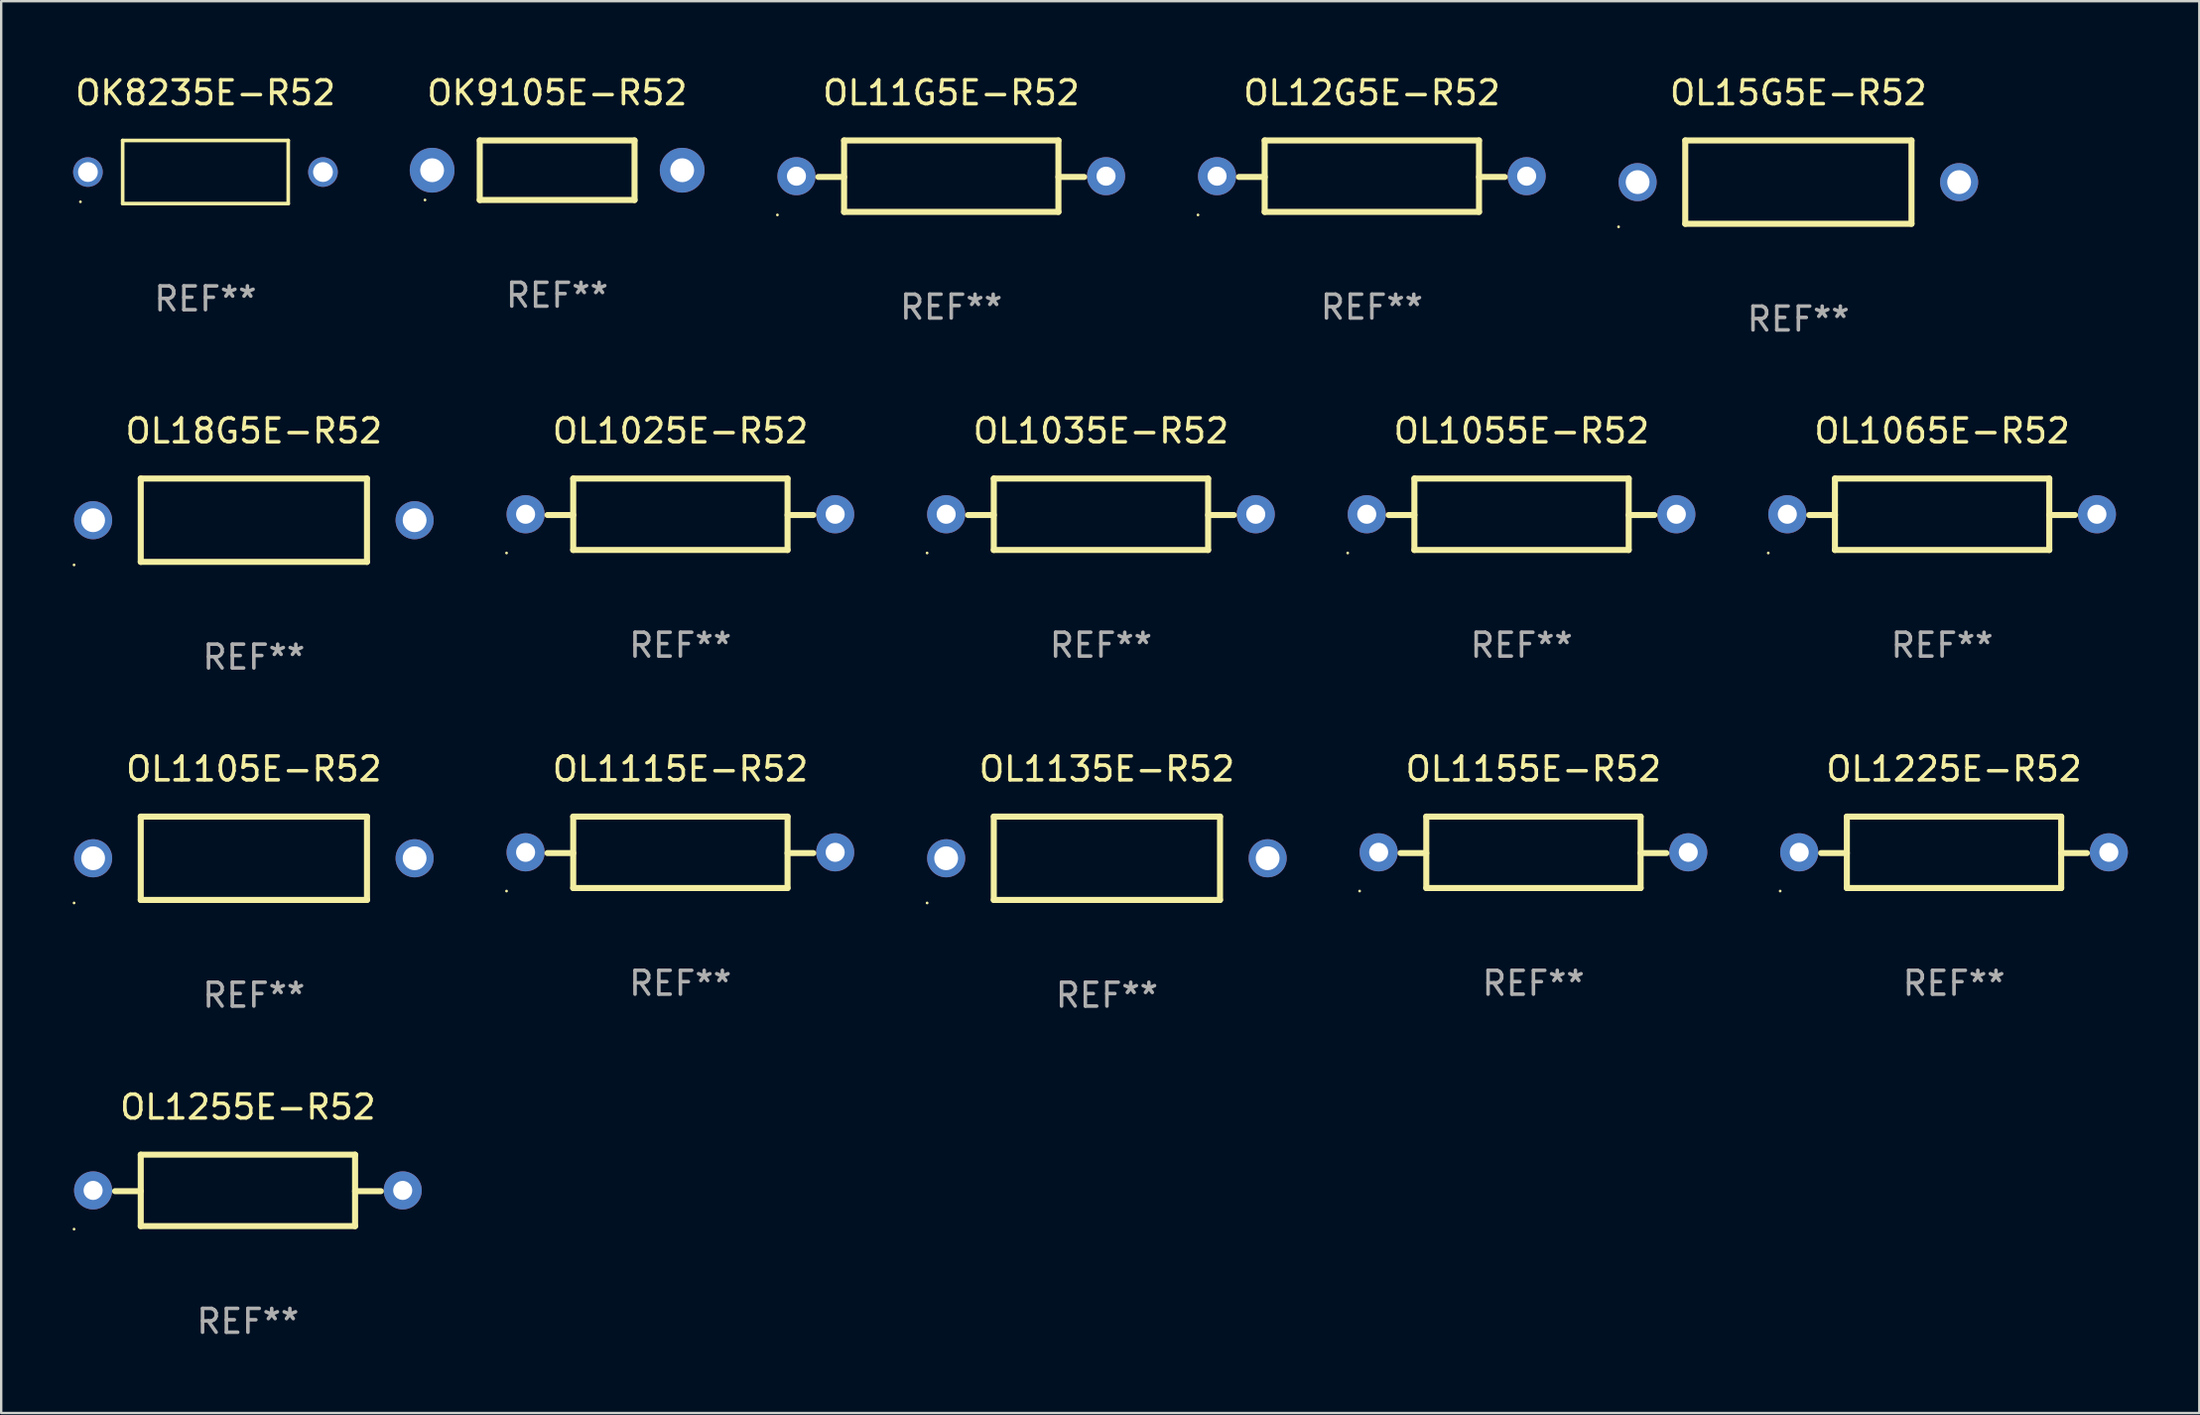
<source format=kicad_pcb>
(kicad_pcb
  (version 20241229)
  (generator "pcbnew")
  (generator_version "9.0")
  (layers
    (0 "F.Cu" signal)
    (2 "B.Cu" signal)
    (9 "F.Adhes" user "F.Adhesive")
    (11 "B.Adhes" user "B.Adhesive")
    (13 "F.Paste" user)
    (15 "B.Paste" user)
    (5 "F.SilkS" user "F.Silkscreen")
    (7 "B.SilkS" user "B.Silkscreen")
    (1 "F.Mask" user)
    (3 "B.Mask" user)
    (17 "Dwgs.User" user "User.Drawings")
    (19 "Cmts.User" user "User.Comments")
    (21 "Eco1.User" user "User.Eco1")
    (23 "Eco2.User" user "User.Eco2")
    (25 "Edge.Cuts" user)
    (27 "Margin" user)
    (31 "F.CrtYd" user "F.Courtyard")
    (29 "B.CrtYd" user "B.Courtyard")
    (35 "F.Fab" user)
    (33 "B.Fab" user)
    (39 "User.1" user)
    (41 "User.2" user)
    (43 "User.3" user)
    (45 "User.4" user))
  (footprint "OK9105E-R52"
    (layer "F.Cu")
    (at 20.345 4.098)
    (property "Reference" "OK9105E-R52" (at 0 -3.25 0) (layer "F.SilkS") (effects (font (size 1 1) (thickness 0.15))))
    (attr through_hole)
    (fp_line (start -3.25 -1.25) (end 3.25 -1.25) (stroke (width 0.254) (type solid)) (layer "F.SilkS"))
    (fp_line (start -3.25 1.25) (end -3.25 -1.25) (stroke (width 0.254) (type solid)) (layer "F.SilkS"))
    (fp_line (start 3.25 1.25) (end -3.25 1.25) (stroke (width 0.254) (type solid)) (layer "F.SilkS"))
    (fp_line (start 3.25 1.25) (end 3.25 -1.25) (stroke (width 0.254) (type solid)) (layer "F.SilkS"))
    (fp_circle (center -5.55 1.25) (end -5.52 1.25) (stroke (width 0.06) (type solid)) (fill no) (layer "F.SilkS"))
    (fp_text user "REF**" (at 0 5.25 0) (layer "F.Fab") (effects (font (size 1 1) (thickness 0.15))))
    (pad "1" thru_hole circle (at -5.25 0) (size 1.88 1.88) (drill 1) (layers "*.Cu" "*.Mask"))
    (pad "2" thru_hole circle (at 5.25 0) (size 1.88 1.88) (drill 1) (layers "*.Cu" "*.Mask")))
  (footprint "OL15G5E-R52"
    (layer "F.Cu")
    (at 72.465 4.598)
    (property "Reference" "OL15G5E-R52" (at 0 -3.75 0) (layer "F.SilkS") (effects (font (size 1 1) (thickness 0.15))))
    (attr through_hole)
    (fp_line (start -4.75 -1.75) (end 4.75 -1.75) (stroke (width 0.254) (type solid)) (layer "F.SilkS"))
    (fp_line (start -4.75 1.75) (end -4.75 -1.75) (stroke (width 0.254) (type solid)) (layer "F.SilkS"))
    (fp_line (start 4.75 1.75) (end -4.75 1.75) (stroke (width 0.254) (type solid)) (layer "F.SilkS"))
    (fp_line (start 4.75 1.75) (end 4.75 -1.75) (stroke (width 0.254) (type solid)) (layer "F.SilkS"))
    (fp_circle (center -7.55 1.877) (end -7.52 1.877) (stroke (width 0.06) (type solid)) (fill no) (layer "F.SilkS"))
    (fp_text user "REF**" (at 0 5.75 0) (layer "F.Fab") (effects (font (size 1 1) (thickness 0.15))))
    (pad "1" thru_hole circle (at -6.75 0) (size 1.6 1.6) (drill 1) (layers "*.Cu" "*.Mask"))
    (pad "2" thru_hole circle (at 6.75 0) (size 1.6 1.6) (drill 1) (layers "*.Cu" "*.Mask")))
  (footprint "OL1155E-R52"
    (layer "F.Cu")
    (at 61.341 32.741)
    (property "Reference" "OL1155E-R52" (at 0 -3.5 0) (layer "F.SilkS") (effects (font (size 1 1) (thickness 0.15))))
    (attr through_hole)
    (fp_line (start -4.5 -1.5) (end -4.5 1.5) (stroke (width 0.254) (type solid)) (layer "F.SilkS"))
    (fp_line (start -4.5 -1.5) (end 4.5 -1.5) (stroke (width 0.254) (type solid)) (layer "F.SilkS"))
    (fp_line (start -4.5 0.032) (end -5.58 0.032) (stroke (width 0.254) (type solid)) (layer "F.SilkS"))
    (fp_line (start -4.5 1.5) (end 4.5 1.5) (stroke (width 0.254) (type solid)) (layer "F.SilkS"))
    (fp_line (start 4.5 -1.5) (end 4.5 1.5) (stroke (width 0.254) (type solid)) (layer "F.SilkS"))
    (fp_line (start 4.5 0.032) (end 5.58 0.032) (stroke (width 0.254) (type solid)) (layer "F.SilkS"))
    (fp_circle (center -7.3 1.627) (end -7.27 1.627) (stroke (width 0.06) (type solid)) (fill no) (layer "F.SilkS"))
    (fp_text user "REF**" (at 0 5.5 0) (layer "F.Fab") (effects (font (size 1 1) (thickness 0.15))))
    (pad "1" thru_hole circle (at -6.5 0) (size 1.6 1.6) (drill 0.8) (layers "*.Cu" "*.Mask"))
    (pad "2" thru_hole circle (at 6.5 0) (size 1.6 1.6) (drill 0.8) (layers "*.Cu" "*.Mask")))
  (footprint "OL1225E-R52"
    (layer "F.Cu")
    (at 79.001 32.741)
    (property "Reference" "OL1225E-R52" (at 0 -3.5 0) (layer "F.SilkS") (effects (font (size 1 1) (thickness 0.15))))
    (attr through_hole)
    (fp_line (start -4.5 -1.5) (end -4.5 1.5) (stroke (width 0.254) (type solid)) (layer "F.SilkS"))
    (fp_line (start -4.5 -1.5) (end 4.5 -1.5) (stroke (width 0.254) (type solid)) (layer "F.SilkS"))
    (fp_line (start -4.5 0.032) (end -5.58 0.032) (stroke (width 0.254) (type solid)) (layer "F.SilkS"))
    (fp_line (start -4.5 1.5) (end 4.5 1.5) (stroke (width 0.254) (type solid)) (layer "F.SilkS"))
    (fp_line (start 4.5 -1.5) (end 4.5 1.5) (stroke (width 0.254) (type solid)) (layer "F.SilkS"))
    (fp_line (start 4.5 0.032) (end 5.58 0.032) (stroke (width 0.254) (type solid)) (layer "F.SilkS"))
    (fp_circle (center -7.3 1.627) (end -7.27 1.627) (stroke (width 0.06) (type solid)) (fill no) (layer "F.SilkS"))
    (fp_text user "REF**" (at 0 5.5 0) (layer "F.Fab") (effects (font (size 1 1) (thickness 0.15))))
    (pad "1" thru_hole circle (at -6.5 0) (size 1.6 1.6) (drill 0.8) (layers "*.Cu" "*.Mask"))
    (pad "2" thru_hole circle (at 6.5 0) (size 1.6 1.6) (drill 0.8) (layers "*.Cu" "*.Mask")))
  (footprint "OL1255E-R52"
    (layer "F.Cu")
    (at 7.36 46.938)
    (property "Reference" "OL1255E-R52" (at 0 -3.5 0) (layer "F.SilkS") (effects (font (size 1 1) (thickness 0.15))))
    (attr through_hole)
    (fp_line (start -4.5 -1.5) (end -4.5 1.5) (stroke (width 0.254) (type solid)) (layer "F.SilkS"))
    (fp_line (start -4.5 -1.5) (end 4.5 -1.5) (stroke (width 0.254) (type solid)) (layer "F.SilkS"))
    (fp_line (start -4.5 0.032) (end -5.58 0.032) (stroke (width 0.254) (type solid)) (layer "F.SilkS"))
    (fp_line (start -4.5 1.5) (end 4.5 1.5) (stroke (width 0.254) (type solid)) (layer "F.SilkS"))
    (fp_line (start 4.5 -1.5) (end 4.5 1.5) (stroke (width 0.254) (type solid)) (layer "F.SilkS"))
    (fp_line (start 4.5 0.032) (end 5.58 0.032) (stroke (width 0.254) (type solid)) (layer "F.SilkS"))
    (fp_circle (center -7.3 1.627) (end -7.27 1.627) (stroke (width 0.06) (type solid)) (fill no) (layer "F.SilkS"))
    (fp_text user "REF**" (at 0 5.5 0) (layer "F.Fab") (effects (font (size 1 1) (thickness 0.15))))
    (pad "1" thru_hole circle (at -6.5 0) (size 1.6 1.6) (drill 0.8) (layers "*.Cu" "*.Mask"))
    (pad "2" thru_hole circle (at 6.5 0) (size 1.6 1.6) (drill 0.8) (layers "*.Cu" "*.Mask")))
  (footprint "OL1025E-R52"
    (layer "F.Cu")
    (at 25.52 18.545)
    (property "Reference" "OL1025E-R52" (at 0 -3.5 0) (layer "F.SilkS") (effects (font (size 1 1) (thickness 0.15))))
    (attr through_hole)
    (fp_line (start -4.5 -1.5) (end -4.5 1.5) (stroke (width 0.254) (type solid)) (layer "F.SilkS"))
    (fp_line (start -4.5 -1.5) (end 4.5 -1.5) (stroke (width 0.254) (type solid)) (layer "F.SilkS"))
    (fp_line (start -4.5 0.032) (end -5.58 0.032) (stroke (width 0.254) (type solid)) (layer "F.SilkS"))
    (fp_line (start -4.5 1.5) (end 4.5 1.5) (stroke (width 0.254) (type solid)) (layer "F.SilkS"))
    (fp_line (start 4.5 -1.5) (end 4.5 1.5) (stroke (width 0.254) (type solid)) (layer "F.SilkS"))
    (fp_line (start 4.5 0.032) (end 5.58 0.032) (stroke (width 0.254) (type solid)) (layer "F.SilkS"))
    (fp_circle (center -7.3 1.627) (end -7.27 1.627) (stroke (width 0.06) (type solid)) (fill no) (layer "F.SilkS"))
    (fp_text user "REF**" (at 0 5.5 0) (layer "F.Fab") (effects (font (size 1 1) (thickness 0.15))))
    (pad "1" thru_hole circle (at -6.5 0) (size 1.6 1.6) (drill 0.8) (layers "*.Cu" "*.Mask"))
    (pad "2" thru_hole circle (at 6.5 0) (size 1.6 1.6) (drill 0.8) (layers "*.Cu" "*.Mask")))
  (footprint "OL1105E-R52"
    (layer "F.Cu")
    (at 7.61 32.991)
    (property "Reference" "OL1105E-R52" (at 0 -3.75 0) (layer "F.SilkS") (effects (font (size 1 1) (thickness 0.15))))
    (attr through_hole)
    (fp_line (start -4.75 -1.75) (end 4.75 -1.75) (stroke (width 0.254) (type solid)) (layer "F.SilkS"))
    (fp_line (start -4.75 1.75) (end -4.75 -1.75) (stroke (width 0.254) (type solid)) (layer "F.SilkS"))
    (fp_line (start 4.75 1.75) (end -4.75 1.75) (stroke (width 0.254) (type solid)) (layer "F.SilkS"))
    (fp_line (start 4.75 1.75) (end 4.75 -1.75) (stroke (width 0.254) (type solid)) (layer "F.SilkS"))
    (fp_circle (center -7.55 1.877) (end -7.52 1.877) (stroke (width 0.06) (type solid)) (fill no) (layer "F.SilkS"))
    (fp_text user "REF**" (at 0 5.75 0) (layer "F.Fab") (effects (font (size 1 1) (thickness 0.15))))
    (pad "1" thru_hole circle (at -6.75 0) (size 1.6 1.6) (drill 1) (layers "*.Cu" "*.Mask"))
    (pad "2" thru_hole circle (at 6.75 0) (size 1.6 1.6) (drill 1) (layers "*.Cu" "*.Mask")))
  (footprint "OL1035E-R52"
    (layer "F.Cu")
    (at 43.18 18.545)
    (property "Reference" "OL1035E-R52" (at 0 -3.5 0) (layer "F.SilkS") (effects (font (size 1 1) (thickness 0.15))))
    (attr through_hole)
    (fp_line (start -4.5 -1.5) (end -4.5 1.5) (stroke (width 0.254) (type solid)) (layer "F.SilkS"))
    (fp_line (start -4.5 -1.5) (end 4.5 -1.5) (stroke (width 0.254) (type solid)) (layer "F.SilkS"))
    (fp_line (start -4.5 0.032) (end -5.58 0.032) (stroke (width 0.254) (type solid)) (layer "F.SilkS"))
    (fp_line (start -4.5 1.5) (end 4.5 1.5) (stroke (width 0.254) (type solid)) (layer "F.SilkS"))
    (fp_line (start 4.5 -1.5) (end 4.5 1.5) (stroke (width 0.254) (type solid)) (layer "F.SilkS"))
    (fp_line (start 4.5 0.032) (end 5.58 0.032) (stroke (width 0.254) (type solid)) (layer "F.SilkS"))
    (fp_circle (center -7.3 1.627) (end -7.27 1.627) (stroke (width 0.06) (type solid)) (fill no) (layer "F.SilkS"))
    (fp_text user "REF**" (at 0 5.5 0) (layer "F.Fab") (effects (font (size 1 1) (thickness 0.15))))
    (pad "1" thru_hole circle (at -6.5 0) (size 1.6 1.6) (drill 0.8) (layers "*.Cu" "*.Mask"))
    (pad "2" thru_hole circle (at 6.5 0) (size 1.6 1.6) (drill 0.8) (layers "*.Cu" "*.Mask")))
  (footprint "OL1135E-R52"
    (layer "F.Cu")
    (at 43.43 32.991)
    (property "Reference" "OL1135E-R52" (at 0 -3.75 0) (layer "F.SilkS") (effects (font (size 1 1) (thickness 0.15))))
    (attr through_hole)
    (fp_line (start -4.75 -1.75) (end 4.75 -1.75) (stroke (width 0.254) (type solid)) (layer "F.SilkS"))
    (fp_line (start -4.75 1.75) (end -4.75 -1.75) (stroke (width 0.254) (type solid)) (layer "F.SilkS"))
    (fp_line (start 4.75 1.75) (end -4.75 1.75) (stroke (width 0.254) (type solid)) (layer "F.SilkS"))
    (fp_line (start 4.75 1.75) (end 4.75 -1.75) (stroke (width 0.254) (type solid)) (layer "F.SilkS"))
    (fp_circle (center -7.55 1.877) (end -7.52 1.877) (stroke (width 0.06) (type solid)) (fill no) (layer "F.SilkS"))
    (fp_text user "REF**" (at 0 5.75 0) (layer "F.Fab") (effects (font (size 1 1) (thickness 0.15))))
    (pad "1" thru_hole circle (at -6.75 0) (size 1.6 1.6) (drill 1) (layers "*.Cu" "*.Mask"))
    (pad "2" thru_hole circle (at 6.75 0) (size 1.6 1.6) (drill 1) (layers "*.Cu" "*.Mask")))
  (footprint "OL11G5E-R52"
    (layer "F.Cu")
    (at 36.894 4.348)
    (property "Reference" "OL11G5E-R52" (at 0 -3.5 0) (layer "F.SilkS") (effects (font (size 1 1) (thickness 0.15))))
    (attr through_hole)
    (fp_line (start -4.5 -1.5) (end -4.5 1.5) (stroke (width 0.254) (type solid)) (layer "F.SilkS"))
    (fp_line (start -4.5 -1.5) (end 4.5 -1.5) (stroke (width 0.254) (type solid)) (layer "F.SilkS"))
    (fp_line (start -4.5 0.032) (end -5.58 0.032) (stroke (width 0.254) (type solid)) (layer "F.SilkS"))
    (fp_line (start -4.5 1.5) (end 4.5 1.5) (stroke (width 0.254) (type solid)) (layer "F.SilkS"))
    (fp_line (start 4.5 -1.5) (end 4.5 1.5) (stroke (width 0.254) (type solid)) (layer "F.SilkS"))
    (fp_line (start 4.5 0.032) (end 5.58 0.032) (stroke (width 0.254) (type solid)) (layer "F.SilkS"))
    (fp_circle (center -7.3 1.627) (end -7.27 1.627) (stroke (width 0.06) (type solid)) (fill no) (layer "F.SilkS"))
    (fp_text user "REF**" (at 0 5.5 0) (layer "F.Fab") (effects (font (size 1 1) (thickness 0.15))))
    (pad "1" thru_hole circle (at -6.5 0) (size 1.6 1.6) (drill 0.8) (layers "*.Cu" "*.Mask"))
    (pad "2" thru_hole circle (at 6.5 0) (size 1.6 1.6) (drill 0.8) (layers "*.Cu" "*.Mask")))
  (footprint "OL1065E-R52"
    (layer "F.Cu")
    (at 78.501 18.545)
    (property "Reference" "OL1065E-R52" (at 0 -3.5 0) (layer "F.SilkS") (effects (font (size 1 1) (thickness 0.15))))
    (attr through_hole)
    (fp_line (start -4.5 -1.5) (end -4.5 1.5) (stroke (width 0.254) (type solid)) (layer "F.SilkS"))
    (fp_line (start -4.5 -1.5) (end 4.5 -1.5) (stroke (width 0.254) (type solid)) (layer "F.SilkS"))
    (fp_line (start -4.5 0.032) (end -5.58 0.032) (stroke (width 0.254) (type solid)) (layer "F.SilkS"))
    (fp_line (start -4.5 1.5) (end 4.5 1.5) (stroke (width 0.254) (type solid)) (layer "F.SilkS"))
    (fp_line (start 4.5 -1.5) (end 4.5 1.5) (stroke (width 0.254) (type solid)) (layer "F.SilkS"))
    (fp_line (start 4.5 0.032) (end 5.58 0.032) (stroke (width 0.254) (type solid)) (layer "F.SilkS"))
    (fp_circle (center -7.3 1.627) (end -7.27 1.627) (stroke (width 0.06) (type solid)) (fill no) (layer "F.SilkS"))
    (fp_text user "REF**" (at 0 5.5 0) (layer "F.Fab") (effects (font (size 1 1) (thickness 0.15))))
    (pad "1" thru_hole circle (at -6.5 0) (size 1.6 1.6) (drill 0.8) (layers "*.Cu" "*.Mask"))
    (pad "2" thru_hole circle (at 6.5 0) (size 1.6 1.6) (drill 0.8) (layers "*.Cu" "*.Mask")))
  (footprint "OL18G5E-R52"
    (layer "F.Cu")
    (at 7.61 18.795)
    (property "Reference" "OL18G5E-R52" (at 0 -3.75 0) (layer "F.SilkS") (effects (font (size 1 1) (thickness 0.15))))
    (attr through_hole)
    (fp_line (start -4.75 -1.75) (end 4.75 -1.75) (stroke (width 0.254) (type solid)) (layer "F.SilkS"))
    (fp_line (start -4.75 1.75) (end -4.75 -1.75) (stroke (width 0.254) (type solid)) (layer "F.SilkS"))
    (fp_line (start 4.75 1.75) (end -4.75 1.75) (stroke (width 0.254) (type solid)) (layer "F.SilkS"))
    (fp_line (start 4.75 1.75) (end 4.75 -1.75) (stroke (width 0.254) (type solid)) (layer "F.SilkS"))
    (fp_circle (center -7.55 1.877) (end -7.52 1.877) (stroke (width 0.06) (type solid)) (fill no) (layer "F.SilkS"))
    (fp_text user "REF**" (at 0 5.75 0) (layer "F.Fab") (effects (font (size 1 1) (thickness 0.15))))
    (pad "1" thru_hole circle (at -6.75 0) (size 1.6 1.6) (drill 1) (layers "*.Cu" "*.Mask"))
    (pad "2" thru_hole circle (at 6.75 0) (size 1.6 1.6) (drill 1) (layers "*.Cu" "*.Mask")))
  (footprint "OL1055E-R52"
    (layer "F.Cu")
    (at 60.841 18.545)
    (property "Reference" "OL1055E-R52" (at 0 -3.5 0) (layer "F.SilkS") (effects (font (size 1 1) (thickness 0.15))))
    (attr through_hole)
    (fp_line (start -4.5 -1.5) (end -4.5 1.5) (stroke (width 0.254) (type solid)) (layer "F.SilkS"))
    (fp_line (start -4.5 -1.5) (end 4.5 -1.5) (stroke (width 0.254) (type solid)) (layer "F.SilkS"))
    (fp_line (start -4.5 0.032) (end -5.58 0.032) (stroke (width 0.254) (type solid)) (layer "F.SilkS"))
    (fp_line (start -4.5 1.5) (end 4.5 1.5) (stroke (width 0.254) (type solid)) (layer "F.SilkS"))
    (fp_line (start 4.5 -1.5) (end 4.5 1.5) (stroke (width 0.254) (type solid)) (layer "F.SilkS"))
    (fp_line (start 4.5 0.032) (end 5.58 0.032) (stroke (width 0.254) (type solid)) (layer "F.SilkS"))
    (fp_circle (center -7.3 1.627) (end -7.27 1.627) (stroke (width 0.06) (type solid)) (fill no) (layer "F.SilkS"))
    (fp_text user "REF**" (at 0 5.5 0) (layer "F.Fab") (effects (font (size 1 1) (thickness 0.15))))
    (pad "1" thru_hole circle (at -6.5 0) (size 1.6 1.6) (drill 0.8) (layers "*.Cu" "*.Mask"))
    (pad "2" thru_hole circle (at 6.5 0) (size 1.6 1.6) (drill 0.8) (layers "*.Cu" "*.Mask")))
  (footprint "OK8235E-R52"
    (layer "F.Cu")
    (at 5.577 4.174)
    (property "Reference" "OK8235E-R52" (at 0 -3.326 0) (layer "F.SilkS") (effects (font (size 1 1) (thickness 0.15))))
    (attr through_hole)
    (fp_line (start -3.476 -1.326) (end 3.476 -1.326) (stroke (width 0.152) (type solid)) (layer "F.SilkS"))
    (fp_line (start -3.476 1.326) (end -3.476 -1.326) (stroke (width 0.152) (type solid)) (layer "F.SilkS"))
    (fp_line (start 3.476 -1.326) (end 3.476 1.326) (stroke (width 0.152) (type solid)) (layer "F.SilkS"))
    (fp_line (start 3.476 1.326) (end -3.476 1.326) (stroke (width 0.152) (type solid)) (layer "F.SilkS"))
    (fp_circle (center -5.25 1.25) (end -5.22 1.25) (stroke (width 0.06) (type solid)) (fill no) (layer "F.SilkS"))
    (fp_text user "REF**" (at 0 5.326 0) (layer "F.Fab") (effects (font (size 1 1) (thickness 0.15))))
    (pad "1" thru_hole circle (at -4.935 -0.000013) (size 1.245 1.245) (drill 0.83) (layers "*.Cu" "*.Mask"))
    (pad "2" thru_hole circle (at 4.935 -0.000013) (size 1.245 1.245) (drill 0.83) (layers "*.Cu" "*.Mask")))
  (footprint "OL12G5E-R52"
    (layer "F.Cu")
    (at 54.555 4.348)
    (property "Reference" "OL12G5E-R52" (at 0 -3.5 0) (layer "F.SilkS") (effects (font (size 1 1) (thickness 0.15))))
    (attr through_hole)
    (fp_line (start -4.5 -1.5) (end -4.5 1.5) (stroke (width 0.254) (type solid)) (layer "F.SilkS"))
    (fp_line (start -4.5 -1.5) (end 4.5 -1.5) (stroke (width 0.254) (type solid)) (layer "F.SilkS"))
    (fp_line (start -4.5 0.032) (end -5.58 0.032) (stroke (width 0.254) (type solid)) (layer "F.SilkS"))
    (fp_line (start -4.5 1.5) (end 4.5 1.5) (stroke (width 0.254) (type solid)) (layer "F.SilkS"))
    (fp_line (start 4.5 -1.5) (end 4.5 1.5) (stroke (width 0.254) (type solid)) (layer "F.SilkS"))
    (fp_line (start 4.5 0.032) (end 5.58 0.032) (stroke (width 0.254) (type solid)) (layer "F.SilkS"))
    (fp_circle (center -7.3 1.627) (end -7.27 1.627) (stroke (width 0.06) (type solid)) (fill no) (layer "F.SilkS"))
    (fp_text user "REF**" (at 0 5.5 0) (layer "F.Fab") (effects (font (size 1 1) (thickness 0.15))))
    (pad "1" thru_hole circle (at -6.5 0) (size 1.6 1.6) (drill 0.8) (layers "*.Cu" "*.Mask"))
    (pad "2" thru_hole circle (at 6.5 0) (size 1.6 1.6) (drill 0.8) (layers "*.Cu" "*.Mask")))
  (footprint "OL1115E-R52"
    (layer "F.Cu")
    (at 25.52 32.741)
    (property "Reference" "OL1115E-R52" (at 0 -3.5 0) (layer "F.SilkS") (effects (font (size 1 1) (thickness 0.15))))
    (attr through_hole)
    (fp_line (start -4.5 -1.5) (end -4.5 1.5) (stroke (width 0.254) (type solid)) (layer "F.SilkS"))
    (fp_line (start -4.5 -1.5) (end 4.5 -1.5) (stroke (width 0.254) (type solid)) (layer "F.SilkS"))
    (fp_line (start -4.5 0.032) (end -5.58 0.032) (stroke (width 0.254) (type solid)) (layer "F.SilkS"))
    (fp_line (start -4.5 1.5) (end 4.5 1.5) (stroke (width 0.254) (type solid)) (layer "F.SilkS"))
    (fp_line (start 4.5 -1.5) (end 4.5 1.5) (stroke (width 0.254) (type solid)) (layer "F.SilkS"))
    (fp_line (start 4.5 0.032) (end 5.58 0.032) (stroke (width 0.254) (type solid)) (layer "F.SilkS"))
    (fp_circle (center -7.3 1.627) (end -7.27 1.627) (stroke (width 0.06) (type solid)) (fill no) (layer "F.SilkS"))
    (fp_text user "REF**" (at 0 5.5 0) (layer "F.Fab") (effects (font (size 1 1) (thickness 0.15))))
    (pad "1" thru_hole circle (at -6.5 0) (size 1.6 1.6) (drill 0.8) (layers "*.Cu" "*.Mask"))
    (pad "2" thru_hole circle (at 6.5 0) (size 1.6 1.6) (drill 0.8) (layers "*.Cu" "*.Mask")))
  (gr_rect
    (start -3 -3)
    (end 89.301 56.286)
    (stroke (width 0.1) (type default))
    (fill no)
    (layer "Edge.Cuts")))
</source>
